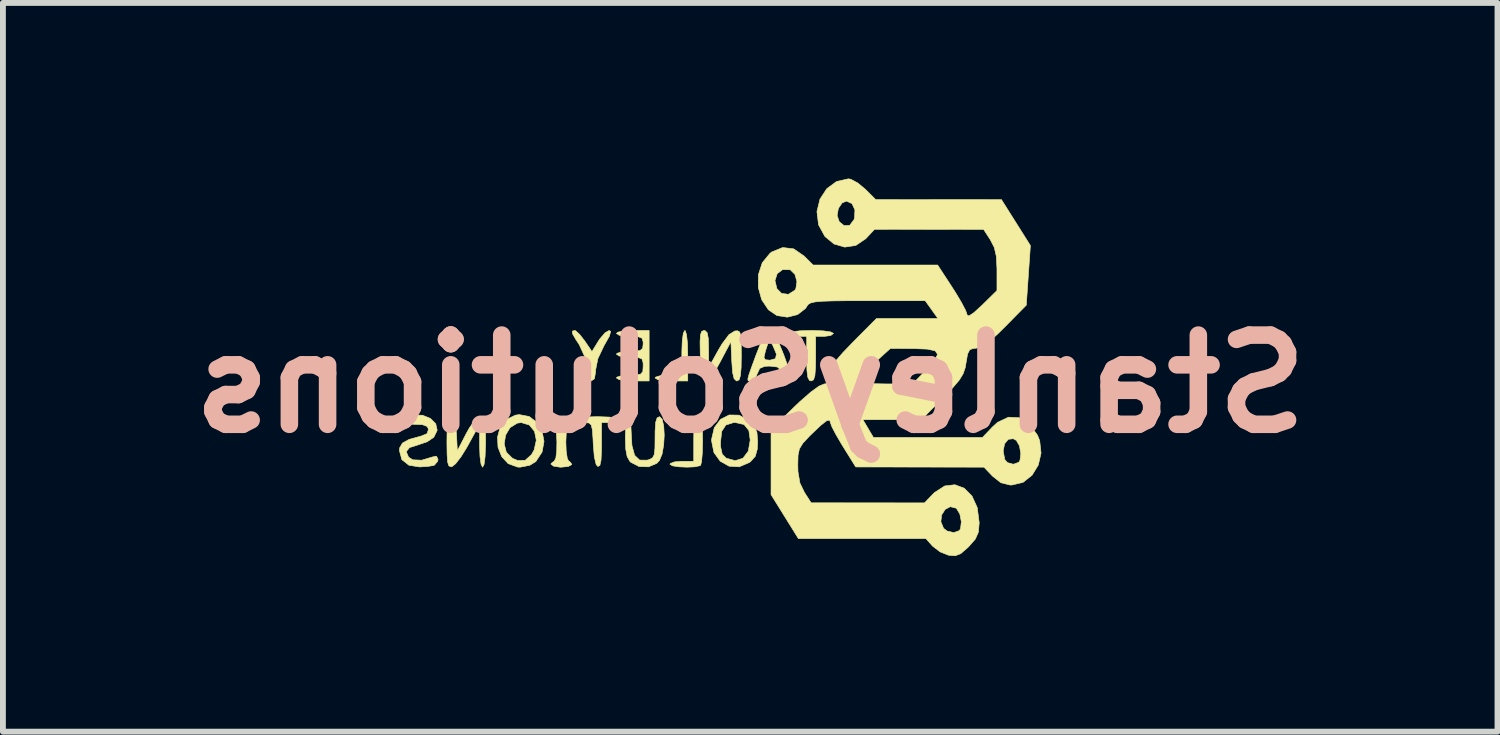
<source format=kicad_pcb>
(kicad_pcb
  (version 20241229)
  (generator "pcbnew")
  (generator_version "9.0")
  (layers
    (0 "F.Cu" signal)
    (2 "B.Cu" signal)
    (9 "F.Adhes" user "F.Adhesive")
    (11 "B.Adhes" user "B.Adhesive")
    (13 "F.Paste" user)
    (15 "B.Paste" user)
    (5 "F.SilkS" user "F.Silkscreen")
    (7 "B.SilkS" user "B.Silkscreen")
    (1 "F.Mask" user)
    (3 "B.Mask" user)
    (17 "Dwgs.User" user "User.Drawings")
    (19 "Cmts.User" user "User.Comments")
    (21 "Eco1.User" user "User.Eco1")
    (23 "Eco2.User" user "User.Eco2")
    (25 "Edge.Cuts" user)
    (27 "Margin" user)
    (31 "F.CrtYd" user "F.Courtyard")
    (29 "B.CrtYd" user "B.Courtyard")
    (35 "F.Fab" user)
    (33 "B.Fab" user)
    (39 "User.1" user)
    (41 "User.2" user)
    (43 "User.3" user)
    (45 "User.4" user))
  (footprint "StanleySolutions"
    (layer "F.Cu")
    (at 12.308 3.51)
    (property "Reference" "StanleySolutions" (at -2.54 0 180) (layer "B.SilkS") (effects (font (size 1.524 1.524) (thickness 0.3)) (justify mirror)))
    (attr through_hole)
    (fp_poly (pts (xy -3.683 -0.867) (xy -3.701 -0.739) (xy -3.708 -0.551) (xy -3.708 -0.533) (xy -3.708 -0.152) (xy -3.937 -0.152) (xy -4.073 -0.142) (xy -4.155 -0.117) (xy -4.166 -0.102) (xy -4.12 -0.074) (xy -4.001 -0.055) (xy -3.886 -0.051) (xy -3.607 -0.051) (xy -3.607 -0.483) (xy -3.612 -0.693) (xy -3.628 -0.842) (xy -3.651 -0.911) (xy -3.658 -0.914) (xy -3.683 -0.867)) (stroke (width 0.01) (type solid)) (fill yes) (layer "F.SilkS"))
    (fp_poly (pts (xy -3.469 0.579) (xy -3.493 0.651) (xy -3.503 0.794) (xy -3.505 0.94) (xy -3.505 1.321) (xy -3.708 1.321) (xy -3.836 1.332) (xy -3.906 1.36) (xy -3.912 1.372) (xy -3.867 1.399) (xy -3.757 1.416) (xy -3.619 1.422) (xy -3.487 1.416) (xy -3.399 1.397) (xy -3.387 1.389) (xy -3.371 1.325) (xy -3.359 1.187) (xy -3.353 1.001) (xy -3.353 0.957) (xy -3.357 0.751) (xy -3.37 0.628) (xy -3.397 0.57) (xy -3.429 0.559) (xy -3.469 0.579)) (stroke (width 0.01) (type solid)) (fill yes) (layer "F.SilkS"))
    (fp_poly (pts (xy -5.58 -0.902) (xy -5.574 -0.854) (xy -5.514 -0.751) (xy -5.461 -0.671) (xy -5.353 -0.434) (xy -5.334 -0.268) (xy -5.323 -0.121) (xy -5.286 -0.057) (xy -5.258 -0.051) (xy -5.202 -0.088) (xy -5.182 -0.207) (xy -5.182 -0.236) (xy -5.143 -0.432) (xy -5.037 -0.656) (xy -5.03 -0.667) (xy -4.946 -0.817) (xy -4.924 -0.896) (xy -4.949 -0.914) (xy -5.019 -0.875) (xy -5.105 -0.775) (xy -5.133 -0.734) (xy -5.244 -0.553) (xy -5.367 -0.734) (xy -5.453 -0.845) (xy -5.523 -0.909) (xy -5.539 -0.914) (xy -5.58 -0.902)) (stroke (width 0.01) (type solid)) (fill yes) (layer "F.SilkS"))
    (fp_poly (pts (xy -5.364 0.565) (xy -5.484 0.583) (xy -5.512 0.61) (xy -5.442 0.649) (xy -5.359 0.66) (xy -5.295 0.667) (xy -5.257 0.701) (xy -5.237 0.783) (xy -5.226 0.937) (xy -5.222 1.025) (xy -5.204 1.244) (xy -5.173 1.375) (xy -5.144 1.41) (xy -5.109 1.393) (xy -5.089 1.304) (xy -5.081 1.132) (xy -5.08 1.046) (xy -5.08 0.66) (xy -4.928 0.66) (xy -4.821 0.646) (xy -4.775 0.61) (xy -4.775 0.61) (xy -4.823 0.584) (xy -4.951 0.566) (xy -5.139 0.559) (xy -5.159 0.559) (xy -5.364 0.565)) (stroke (width 0.01) (type solid)) (fill yes) (layer "F.SilkS"))
    (fp_poly (pts (xy -1.691 -0.908) (xy -1.824 -0.891) (xy -1.879 -0.866) (xy -1.88 -0.864) (xy -1.835 -0.828) (xy -1.729 -0.813) (xy -1.727 -0.813) (xy -1.575 -0.813) (xy -1.575 -0.432) (xy -1.571 -0.231) (xy -1.556 -0.113) (xy -1.528 -0.06) (xy -1.499 -0.051) (xy -1.458 -0.071) (xy -1.435 -0.143) (xy -1.424 -0.286) (xy -1.422 -0.432) (xy -1.422 -0.813) (xy -1.27 -0.813) (xy -1.163 -0.828) (xy -1.118 -0.863) (xy -1.118 -0.864) (xy -1.165 -0.889) (xy -1.293 -0.907) (xy -1.481 -0.914) (xy -1.499 -0.914) (xy -1.691 -0.908)) (stroke (width 0.01) (type solid)) (fill yes) (layer "F.SilkS"))
    (fp_poly (pts (xy -5.893 0.566) (xy -5.924 0.591) (xy -5.903 0.62) (xy -5.872 0.695) (xy -5.852 0.829) (xy -5.843 0.989) (xy -5.846 1.145) (xy -5.861 1.266) (xy -5.889 1.32) (xy -5.893 1.321) (xy -5.942 1.359) (xy -5.944 1.372) (xy -5.899 1.405) (xy -5.789 1.422) (xy -5.766 1.422) (xy -5.648 1.41) (xy -5.59 1.378) (xy -5.588 1.372) (xy -5.627 1.322) (xy -5.639 1.321) (xy -5.665 1.274) (xy -5.684 1.151) (xy -5.69 0.991) (xy -5.682 0.818) (xy -5.663 0.7) (xy -5.639 0.66) (xy -5.589 0.622) (xy -5.588 0.61) (xy -5.633 0.577) (xy -5.744 0.56) (xy -5.776 0.559) (xy -5.893 0.566)) (stroke (width 0.01) (type solid)) (fill yes) (layer "F.SilkS"))
    (fp_poly (pts (xy -4.649 0.606) (xy -4.667 0.731) (xy -4.674 0.907) (xy -4.667 1.111) (xy -4.643 1.241) (xy -4.597 1.322) (xy -4.581 1.338) (xy -4.439 1.411) (xy -4.277 1.416) (xy -4.137 1.357) (xy -4.092 1.309) (xy -4.046 1.199) (xy -4.019 1.044) (xy -4.009 0.874) (xy -4.018 0.717) (xy -4.045 0.602) (xy -4.089 0.559) (xy -4.131 0.58) (xy -4.155 0.655) (xy -4.165 0.803) (xy -4.166 0.913) (xy -4.168 1.1) (xy -4.18 1.209) (xy -4.211 1.265) (xy -4.268 1.293) (xy -4.301 1.302) (xy -4.429 1.301) (xy -4.515 1.219) (xy -4.561 1.051) (xy -4.572 0.854) (xy -4.58 0.696) (xy -4.601 0.589) (xy -4.623 0.559) (xy -4.649 0.606)) (stroke (width 0.01) (type solid)) (fill yes) (layer "F.SilkS"))
    (fp_poly (pts (xy -6.551 0.533) (xy -6.711 0.61) (xy -6.813 0.743) (xy -6.858 0.909) (xy -6.849 1.082) (xy -6.787 1.241) (xy -6.675 1.362) (xy -6.515 1.42) (xy -6.473 1.422) (xy -6.307 1.39) (xy -6.203 1.326) (xy -6.096 1.163) (xy -6.063 0.982) (xy -6.067 0.962) (xy -6.195 0.962) (xy -6.232 1.128) (xy -6.277 1.208) (xy -6.385 1.305) (xy -6.516 1.307) (xy -6.603 1.27) (xy -6.707 1.166) (xy -6.743 1.024) (xy -6.719 0.874) (xy -6.643 0.746) (xy -6.521 0.67) (xy -6.452 0.66) (xy -6.314 0.702) (xy -6.225 0.811) (xy -6.195 0.962) (xy -6.067 0.962) (xy -6.096 0.807) (xy -6.184 0.657) (xy -6.317 0.556) (xy -6.487 0.524) (xy -6.551 0.533)) (stroke (width 0.01) (type solid)) (fill yes) (layer "F.SilkS"))
    (fp_poly (pts (xy -3.368 -0.899) (xy -3.39 -0.84) (xy -3.397 -0.718) (xy -3.394 -0.515) (xy -3.393 -0.496) (xy -3.376 -0.251) (xy -3.344 -0.107) (xy -3.292 -0.061) (xy -3.218 -0.112) (xy -3.118 -0.26) (xy -3.048 -0.386) (xy -2.87 -0.723) (xy -2.855 -0.387) (xy -2.841 -0.195) (xy -2.815 -0.089) (xy -2.775 -0.052) (xy -2.766 -0.051) (xy -2.729 -0.071) (xy -2.707 -0.143) (xy -2.695 -0.283) (xy -2.692 -0.486) (xy -2.694 -0.696) (xy -2.701 -0.824) (xy -2.72 -0.888) (xy -2.755 -0.908) (xy -2.802 -0.905) (xy -2.902 -0.844) (xy -3.021 -0.685) (xy -3.081 -0.584) (xy -3.25 -0.279) (xy -3.251 -0.597) (xy -3.256 -0.777) (xy -3.275 -0.876) (xy -3.313 -0.912) (xy -3.329 -0.914) (xy -3.368 -0.899)) (stroke (width 0.01) (type solid)) (fill yes) (layer "F.SilkS"))
    (fp_poly (pts (xy -3.047 0.604) (xy -3.154 0.747) (xy -3.2 0.947) (xy -3.2 0.973) (xy -3.16 1.172) (xy -3.053 1.32) (xy -2.902 1.405) (xy -2.728 1.416) (xy -2.553 1.341) (xy -2.533 1.325) (xy -2.453 1.236) (xy -2.419 1.113) (xy -2.413 0.991) (xy -2.415 0.959) (xy -2.54 0.959) (xy -2.573 1.148) (xy -2.664 1.269) (xy -2.798 1.311) (xy -2.95 1.268) (xy -3.018 1.2) (xy -3.046 1.073) (xy -3.048 0.999) (xy -3.027 0.81) (xy -2.956 0.702) (xy -2.828 0.661) (xy -2.794 0.66) (xy -2.645 0.693) (xy -2.563 0.796) (xy -2.54 0.959) (xy -2.415 0.959) (xy -2.425 0.827) (xy -2.472 0.717) (xy -2.561 0.626) (xy -2.731 0.533) (xy -2.899 0.53) (xy -3.047 0.604)) (stroke (width 0.01) (type solid)) (fill yes) (layer "F.SilkS"))
    (fp_poly (pts (xy -7.685 0.579) (xy -7.708 0.651) (xy -7.719 0.793) (xy -7.722 0.994) (xy -7.719 1.206) (xy -7.71 1.335) (xy -7.69 1.398) (xy -7.655 1.415) (xy -7.636 1.413) (xy -7.573 1.363) (xy -7.482 1.245) (xy -7.381 1.083) (xy -7.358 1.041) (xy -7.164 0.686) (xy -7.164 1.054) (xy -7.157 1.241) (xy -7.139 1.371) (xy -7.113 1.422) (xy -7.112 1.422) (xy -7.087 1.375) (xy -7.07 1.243) (xy -7.062 1.046) (xy -7.061 0.991) (xy -7.064 0.779) (xy -7.073 0.65) (xy -7.094 0.584) (xy -7.131 0.56) (xy -7.152 0.559) (xy -7.235 0.607) (xy -7.338 0.751) (xy -7.394 0.851) (xy -7.544 1.143) (xy -7.559 0.851) (xy -7.576 0.673) (xy -7.607 0.581) (xy -7.648 0.559) (xy -7.685 0.579)) (stroke (width 0.01) (type solid)) (fill yes) (layer "F.SilkS"))
    (fp_poly (pts (xy -4.7 -0.906) (xy -4.801 -0.885) (xy -4.826 -0.864) (xy -4.781 -0.833) (xy -4.666 -0.815) (xy -4.597 -0.813) (xy -4.456 -0.808) (xy -4.389 -0.782) (xy -4.37 -0.72) (xy -4.369 -0.686) (xy -4.378 -0.607) (xy -4.425 -0.57) (xy -4.536 -0.559) (xy -4.597 -0.559) (xy -4.734 -0.549) (xy -4.816 -0.523) (xy -4.826 -0.508) (xy -4.781 -0.478) (xy -4.666 -0.46) (xy -4.597 -0.457) (xy -4.457 -0.453) (xy -4.39 -0.427) (xy -4.37 -0.362) (xy -4.369 -0.305) (xy -4.375 -0.211) (xy -4.414 -0.167) (xy -4.511 -0.153) (xy -4.597 -0.152) (xy -4.734 -0.142) (xy -4.816 -0.117) (xy -4.826 -0.102) (xy -4.78 -0.074) (xy -4.662 -0.055) (xy -4.547 -0.051) (xy -4.267 -0.051) (xy -4.267 -0.914) (xy -4.547 -0.914) (xy -4.7 -0.906)) (stroke (width 0.01) (type solid)) (fill yes) (layer "F.SilkS"))
    (fp_poly (pts (xy -8.399 0.555) (xy -8.509 0.612) (xy -8.522 0.656) (xy -8.44 0.682) (xy -8.295 0.689) (xy -8.14 0.696) (xy -8.061 0.726) (xy -8.037 0.773) (xy -8.06 0.848) (xy -8.163 0.891) (xy -8.365 0.946) (xy -8.482 1.01) (xy -8.531 1.095) (xy -8.534 1.138) (xy -8.492 1.293) (xy -8.371 1.389) (xy -8.188 1.418) (xy -8.046 1.409) (xy -7.945 1.392) (xy -7.938 1.389) (xy -7.88 1.322) (xy -7.874 1.286) (xy -7.901 1.234) (xy -7.963 1.246) (xy -8.155 1.303) (xy -8.306 1.296) (xy -8.377 1.251) (xy -8.417 1.157) (xy -8.362 1.088) (xy -8.209 1.039) (xy -8.206 1.038) (xy -8.059 0.988) (xy -7.947 0.911) (xy -7.945 0.909) (xy -7.888 0.792) (xy -7.913 0.68) (xy -8.003 0.59) (xy -8.137 0.535) (xy -8.299 0.53) (xy -8.399 0.555)) (stroke (width 0.01) (type solid)) (fill yes) (layer "F.SilkS"))
    (fp_poly (pts (xy -2.294 -0.822) (xy -2.378 -0.654) (xy -2.444 -0.485) (xy -2.519 -0.28) (xy -2.564 -0.151) (xy -2.581 -0.082) (xy -2.575 -0.055) (xy -2.547 -0.05) (xy -2.52 -0.051) (xy -2.456 -0.094) (xy -2.418 -0.178) (xy -2.377 -0.266) (xy -2.292 -0.301) (xy -2.208 -0.305) (xy -2.075 -0.289) (xy -2.004 -0.227) (xy -1.981 -0.178) (xy -1.929 -0.091) (xy -1.87 -0.048) (xy -1.832 -0.066) (xy -1.829 -0.089) (xy -1.846 -0.151) (xy -1.89 -0.284) (xy -1.953 -0.459) (xy -1.971 -0.508) (xy -1.972 -0.51) (xy -2.092 -0.51) (xy -2.108 -0.432) (xy -2.202 -0.406) (xy -2.205 -0.406) (xy -2.283 -0.414) (xy -2.305 -0.454) (xy -2.281 -0.557) (xy -2.272 -0.587) (xy -2.234 -0.702) (xy -2.206 -0.73) (xy -2.168 -0.681) (xy -2.151 -0.651) (xy -2.092 -0.51) (xy -1.972 -0.51) (xy -2.064 -0.734) (xy -2.144 -0.861) (xy -2.218 -0.891) (xy -2.294 -0.822)) (stroke (width 0.01) (type solid)) (fill yes) (layer "F.SilkS"))
    (fp_poly (pts (xy -1.065 -3.459) (xy -1.232 -3.336) (xy -1.348 -3.158) (xy -1.4 -2.946) (xy -1.373 -2.722) (xy -1.372 -2.718) (xy -1.264 -2.52) (xy -1.108 -2.391) (xy -0.925 -2.338) (xy -0.737 -2.366) (xy -0.565 -2.482) (xy -0.559 -2.489) (xy -0.416 -2.642) (xy 0.516 -2.641) (xy 1.448 -2.64) (xy 1.562 -2.464) (xy 1.63 -2.332) (xy 1.665 -2.18) (xy 1.676 -1.969) (xy 1.676 -1.942) (xy 1.676 -1.596) (xy 1.422 -1.346) (xy 1.283 -1.219) (xy 1.197 -1.162) (xy 1.168 -1.176) (xy 1.142 -1.253) (xy 1.071 -1.389) (xy 0.968 -1.562) (xy 0.915 -1.644) (xy 0.847 -1.749) (xy -1.742 -1.749) (xy -1.76 -1.629) (xy -1.779 -1.6) (xy -1.889 -1.531) (xy -2.006 -1.548) (xy -2.084 -1.628) (xy -2.117 -1.766) (xy -2.079 -1.884) (xy -1.987 -1.954) (xy -1.86 -1.951) (xy -1.854 -1.949) (xy -1.776 -1.872) (xy -1.742 -1.749) (xy 0.847 -1.749) (xy 0.662 -2.032) (xy -1.465 -2.032) (xy -1.618 -2.184) (xy -1.797 -2.308) (xy -1.985 -2.331) (xy -2.172 -2.255) (xy -2.202 -2.232) (xy -2.334 -2.071) (xy -2.4 -1.868) (xy -2.402 -1.648) (xy -2.344 -1.439) (xy -2.229 -1.267) (xy -2.085 -1.169) (xy -1.906 -1.141) (xy -1.731 -1.185) (xy -1.596 -1.289) (xy -1.571 -1.328) (xy -1.547 -1.361) (xy -1.504 -1.385) (xy -1.43 -1.402) (xy -1.31 -1.413) (xy -1.129 -1.419) (xy -0.876 -1.422) (xy -0.535 -1.422) (xy 0.45 -1.422) (xy 0.559 -1.27) (xy 0.667 -1.118) (xy -0.383 -1.118) (xy -0.776 -0.723) (xy -0.955 -0.537) (xy -1.072 -0.402) (xy -1.138 -0.3) (xy -1.165 -0.213) (xy -1.168 -0.164) (xy -1.181 -0.048) (xy -1.232 -0.004) (xy -1.276 0) (xy -1.364 0.037) (xy -1.505 0.139) (xy -1.688 0.299) (xy -1.784 0.39) (xy -2.184 0.78) (xy -2.184 1.891) (xy -1.951 2.266) (xy -1.717 2.642) (xy 0.462 2.642) (xy 0.574 2.769) (xy 0.706 2.87) (xy 0.85 2.927) (xy 0.962 2.936) (xy 1.056 2.9) (xy 1.17 2.802) (xy 1.193 2.78) (xy 1.306 2.651) (xy 1.358 2.534) (xy 1.372 2.377) (xy 1.372 2.365) (xy 1.37 2.354) (xy 1.067 2.354) (xy 1.054 2.471) (xy 1.033 2.506) (xy 0.938 2.54) (xy 0.824 2.513) (xy 0.764 2.467) (xy 0.717 2.354) (xy 0.731 2.238) (xy 0.79 2.144) (xy 0.878 2.097) (xy 0.976 2.122) (xy 0.986 2.13) (xy 1.042 2.223) (xy 1.067 2.354) (xy 1.37 2.354) (xy 1.339 2.112) (xy 1.249 1.915) (xy 1.117 1.782) (xy 0.957 1.722) (xy 0.783 1.743) (xy 0.609 1.855) (xy 0.584 1.88) (xy 0.438 2.032) (xy -1.499 2.031) (xy -1.613 1.854) (xy -1.691 1.693) (xy -1.724 1.499) (xy -1.727 1.383) (xy -1.723 1.221) (xy -1.7 1.11) (xy -1.64 1.012) (xy -1.528 0.892) (xy -1.484 0.849) (xy -1.331 0.704) (xy -1.234 0.629) (xy -1.183 0.618) (xy -1.168 0.665) (xy -1.168 0.667) (xy -1.143 0.735) (xy -1.076 0.863) (xy -0.98 1.027) (xy -0.953 1.071) (xy -0.737 1.418) (xy 0.359 1.42) (xy 1.454 1.422) (xy 1.6 1.575) (xy 1.741 1.687) (xy 1.895 1.726) (xy 1.93 1.727) (xy 2.12 1.682) (xy 2.275 1.56) (xy 2.382 1.386) (xy 2.428 1.187) (xy 2.083 1.187) (xy 2.07 1.303) (xy 2.049 1.338) (xy 1.956 1.372) (xy 1.855 1.344) (xy 1.809 1.291) (xy 1.782 1.146) (xy 1.806 1.023) (xy 1.869 0.946) (xy 1.955 0.936) (xy 2.007 0.965) (xy 2.06 1.057) (xy 2.083 1.187) (xy 2.428 1.187) (xy 2.429 1.181) (xy 2.406 0.97) (xy 2.368 0.875) (xy 2.226 0.68) (xy 2.056 0.577) (xy 1.872 0.568) (xy 1.686 0.656) (xy 1.597 0.737) (xy 1.429 0.914) (xy -0.435 0.914) (xy -0.615 0.61) (xy 0.384 0.61) (xy 0.75 0.241) (xy 0.921 0.064) (xy 1.032 -0.066) (xy 1.098 -0.174) (xy 1.134 -0.28) (xy 1.149 -0.369) (xy 1.173 -0.506) (xy 0.661 -0.506) (xy 0.614 -0.406) (xy 0.485 -0.258) (xy 0.447 -0.218) (xy 0.233 0) (xy -0.214 0) (xy -0.437 -0.004) (xy -0.575 -0.016) (xy -0.644 -0.04) (xy -0.66 -0.071) (xy -0.625 -0.14) (xy -0.532 -0.249) (xy -0.402 -0.375) (xy -0.144 -0.607) (xy 0.258 -0.604) (xy 0.487 -0.595) (xy 0.62 -0.566) (xy 0.661 -0.506) (xy 1.173 -0.506) (xy 1.175 -0.515) (xy 1.212 -0.586) (xy 1.278 -0.608) (xy 1.316 -0.61) (xy 1.407 -0.633) (xy 1.525 -0.71) (xy 1.684 -0.85) (xy 1.814 -0.978) (xy 2.177 -1.346) (xy 2.247 -2.365) (xy 2 -2.757) (xy 1.863 -2.974) (xy -0.751 -2.974) (xy -0.758 -2.835) (xy -0.767 -2.807) (xy -0.84 -2.71) (xy -0.937 -2.706) (xy -1.019 -2.772) (xy -1.055 -2.878) (xy -1.034 -2.999) (xy -0.969 -3.094) (xy -0.894 -3.124) (xy -0.801 -3.081) (xy -0.751 -2.974) (xy 1.863 -2.974) (xy 1.753 -3.149) (xy -0.396 -3.15) (xy -0.574 -3.327) (xy -0.7 -3.432) (xy -0.818 -3.496) (xy -0.861 -3.505) (xy -1.065 -3.459)) (stroke (width 0.01) (type solid)) (fill yes) (layer "F.SilkS")))
  (gr_rect
    (start -3 -3)
    (end 22.536 9.451)
    (stroke (width 0.1) (type default))
    (fill no)
    (layer "Edge.Cuts")))
</source>
